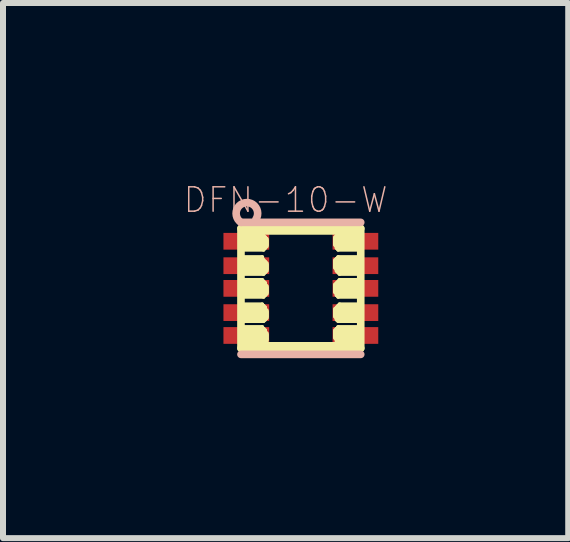
<source format=kicad_pcb>
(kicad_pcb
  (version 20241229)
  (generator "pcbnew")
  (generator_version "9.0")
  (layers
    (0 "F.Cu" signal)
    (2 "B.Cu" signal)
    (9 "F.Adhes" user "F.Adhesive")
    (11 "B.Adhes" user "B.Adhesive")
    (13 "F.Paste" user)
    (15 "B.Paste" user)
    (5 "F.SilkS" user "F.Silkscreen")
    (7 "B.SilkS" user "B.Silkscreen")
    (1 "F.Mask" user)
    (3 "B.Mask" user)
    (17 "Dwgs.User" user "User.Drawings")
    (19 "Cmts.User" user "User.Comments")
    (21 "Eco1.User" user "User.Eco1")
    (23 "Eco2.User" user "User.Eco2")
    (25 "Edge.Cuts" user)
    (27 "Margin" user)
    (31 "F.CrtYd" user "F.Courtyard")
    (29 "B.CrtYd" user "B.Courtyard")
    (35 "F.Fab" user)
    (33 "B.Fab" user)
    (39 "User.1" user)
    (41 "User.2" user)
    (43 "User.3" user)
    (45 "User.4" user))
  (footprint "DFN-10-W"
    (layer "F.Cu")
    (at 1.964 1.756)
    (property "Reference" "DFN-10-W" (at -0.254 -1.473 0) (layer "B.SilkS") (effects (font (size 0.406 0.406) (thickness 0.025))))
    (attr smd)
    (fp_line (start -1.003 -0.978) (end 1.003 -0.978) (stroke (width 0.066) (type solid)) (layer "F.SilkS"))
    (fp_line (start -1.003 -0.953) (end -1.003 -0.978) (stroke (width 0.066) (type solid)) (layer "F.SilkS"))
    (fp_line (start -1.003 -0.953) (end 1.003 -0.953) (stroke (width 0.066) (type solid)) (layer "F.SilkS"))
    (fp_line (start -1.003 -0.953) (end 1.003 -0.953) (stroke (width 0.066) (type solid)) (layer "F.SilkS"))
    (fp_line (start -1.003 -0.927) (end -1.003 -0.953) (stroke (width 0.066) (type solid)) (layer "F.SilkS"))
    (fp_line (start -1.003 -0.927) (end -0.645 -0.927) (stroke (width 0.066) (type solid)) (layer "F.SilkS"))
    (fp_line (start -1.003 -0.927) (end 1.003 -0.927) (stroke (width 0.066) (type solid)) (layer "F.SilkS"))
    (fp_line (start -1.003 -0.899) (end -1.003 -0.927) (stroke (width 0.066) (type solid)) (layer "F.SilkS"))
    (fp_line (start -1.003 -0.899) (end -0.645 -0.899) (stroke (width 0.066) (type solid)) (layer "F.SilkS"))
    (fp_line (start -1.003 -0.899) (end -0.645 -0.899) (stroke (width 0.066) (type solid)) (layer "F.SilkS"))
    (fp_line (start -1.003 -0.876) (end -1.003 -0.899) (stroke (width 0.066) (type solid)) (layer "F.SilkS"))
    (fp_line (start -1.003 -0.876) (end -0.645 -0.876) (stroke (width 0.066) (type solid)) (layer "F.SilkS"))
    (fp_line (start -1.003 -0.876) (end -0.622 -0.876) (stroke (width 0.066) (type solid)) (layer "F.SilkS"))
    (fp_line (start -1.003 -0.851) (end -1.003 -0.876) (stroke (width 0.066) (type solid)) (layer "F.SilkS"))
    (fp_line (start -1.003 -0.851) (end -0.622 -0.851) (stroke (width 0.066) (type solid)) (layer "F.SilkS"))
    (fp_line (start -1.003 -0.851) (end -0.597 -0.851) (stroke (width 0.066) (type solid)) (layer "F.SilkS"))
    (fp_line (start -1.003 -0.826) (end -1.003 -0.851) (stroke (width 0.066) (type solid)) (layer "F.SilkS"))
    (fp_line (start -1.003 -0.826) (end -0.597 -0.826) (stroke (width 0.066) (type solid)) (layer "F.SilkS"))
    (fp_line (start -1.003 -0.826) (end -0.572 -0.826) (stroke (width 0.066) (type solid)) (layer "F.SilkS"))
    (fp_line (start -1.003 -0.8) (end -1.003 -0.826) (stroke (width 0.066) (type solid)) (layer "F.SilkS"))
    (fp_line (start -1.003 -0.8) (end -0.572 -0.8) (stroke (width 0.066) (type solid)) (layer "F.SilkS"))
    (fp_line (start -1.003 -0.8) (end -0.572 -0.8) (stroke (width 0.066) (type solid)) (layer "F.SilkS"))
    (fp_line (start -1.003 -0.775) (end -1.003 -0.8) (stroke (width 0.066) (type solid)) (layer "F.SilkS"))
    (fp_line (start -1.003 -0.775) (end -0.572 -0.775) (stroke (width 0.066) (type solid)) (layer "F.SilkS"))
    (fp_line (start -1.003 -0.775) (end -0.572 -0.775) (stroke (width 0.066) (type solid)) (layer "F.SilkS"))
    (fp_line (start -1.003 -0.749) (end -1.003 -0.775) (stroke (width 0.066) (type solid)) (layer "F.SilkS"))
    (fp_line (start -1.003 -0.749) (end -0.572 -0.749) (stroke (width 0.066) (type solid)) (layer "F.SilkS"))
    (fp_line (start -1.003 -0.749) (end -0.572 -0.749) (stroke (width 0.066) (type solid)) (layer "F.SilkS"))
    (fp_line (start -1.003 -0.724) (end -1.003 -0.749) (stroke (width 0.066) (type solid)) (layer "F.SilkS"))
    (fp_line (start -1.003 -0.724) (end -0.572 -0.724) (stroke (width 0.066) (type solid)) (layer "F.SilkS"))
    (fp_line (start -1.003 -0.724) (end -0.572 -0.724) (stroke (width 0.066) (type solid)) (layer "F.SilkS"))
    (fp_line (start -1.003 -0.699) (end -1.003 -0.724) (stroke (width 0.066) (type solid)) (layer "F.SilkS"))
    (fp_line (start -1.003 -0.699) (end -0.597 -0.699) (stroke (width 0.066) (type solid)) (layer "F.SilkS"))
    (fp_line (start -1.003 -0.699) (end -0.572 -0.699) (stroke (width 0.066) (type solid)) (layer "F.SilkS"))
    (fp_line (start -1.003 -0.673) (end -1.003 -0.699) (stroke (width 0.066) (type solid)) (layer "F.SilkS"))
    (fp_line (start -1.003 -0.673) (end -0.622 -0.673) (stroke (width 0.066) (type solid)) (layer "F.SilkS"))
    (fp_line (start -1.003 -0.673) (end -0.597 -0.673) (stroke (width 0.066) (type solid)) (layer "F.SilkS"))
    (fp_line (start -1.003 -0.645) (end -1.003 -0.673) (stroke (width 0.066) (type solid)) (layer "F.SilkS"))
    (fp_line (start -1.003 -0.645) (end -0.622 -0.645) (stroke (width 0.066) (type solid)) (layer "F.SilkS"))
    (fp_line (start -1.003 -0.521) (end -0.645 -0.521) (stroke (width 0.066) (type solid)) (layer "F.SilkS"))
    (fp_line (start -1.003 -0.495) (end -1.003 -0.521) (stroke (width 0.066) (type solid)) (layer "F.SilkS"))
    (fp_line (start -1.003 -0.495) (end -0.645 -0.495) (stroke (width 0.066) (type solid)) (layer "F.SilkS"))
    (fp_line (start -1.003 -0.495) (end -0.645 -0.495) (stroke (width 0.066) (type solid)) (layer "F.SilkS"))
    (fp_line (start -1.003 -0.47) (end -1.003 -0.495) (stroke (width 0.066) (type solid)) (layer "F.SilkS"))
    (fp_line (start -1.003 -0.47) (end -0.645 -0.47) (stroke (width 0.066) (type solid)) (layer "F.SilkS"))
    (fp_line (start -1.003 -0.47) (end -0.622 -0.47) (stroke (width 0.066) (type solid)) (layer "F.SilkS"))
    (fp_line (start -1.003 -0.445) (end -1.003 -0.47) (stroke (width 0.066) (type solid)) (layer "F.SilkS"))
    (fp_line (start -1.003 -0.445) (end -0.622 -0.445) (stroke (width 0.066) (type solid)) (layer "F.SilkS"))
    (fp_line (start -1.003 -0.445) (end -0.597 -0.445) (stroke (width 0.066) (type solid)) (layer "F.SilkS"))
    (fp_line (start -1.003 -0.419) (end -1.003 -0.445) (stroke (width 0.066) (type solid)) (layer "F.SilkS"))
    (fp_line (start -1.003 -0.419) (end -0.597 -0.419) (stroke (width 0.066) (type solid)) (layer "F.SilkS"))
    (fp_line (start -1.003 -0.419) (end -0.572 -0.419) (stroke (width 0.066) (type solid)) (layer "F.SilkS"))
    (fp_line (start -1.003 -0.394) (end -1.003 -0.419) (stroke (width 0.066) (type solid)) (layer "F.SilkS"))
    (fp_line (start -1.003 -0.394) (end -0.572 -0.394) (stroke (width 0.066) (type solid)) (layer "F.SilkS"))
    (fp_line (start -1.003 -0.394) (end -0.572 -0.394) (stroke (width 0.066) (type solid)) (layer "F.SilkS"))
    (fp_line (start -1.003 -0.368) (end -1.003 -0.394) (stroke (width 0.066) (type solid)) (layer "F.SilkS"))
    (fp_line (start -1.003 -0.368) (end -0.572 -0.368) (stroke (width 0.066) (type solid)) (layer "F.SilkS"))
    (fp_line (start -1.003 -0.368) (end -0.572 -0.368) (stroke (width 0.066) (type solid)) (layer "F.SilkS"))
    (fp_line (start -1.003 -0.343) (end -1.003 -0.368) (stroke (width 0.066) (type solid)) (layer "F.SilkS"))
    (fp_line (start -1.003 -0.343) (end -0.572 -0.343) (stroke (width 0.066) (type solid)) (layer "F.SilkS"))
    (fp_line (start -1.003 -0.343) (end -0.572 -0.343) (stroke (width 0.066) (type solid)) (layer "F.SilkS"))
    (fp_line (start -1.003 -0.318) (end -1.003 -0.343) (stroke (width 0.066) (type solid)) (layer "F.SilkS"))
    (fp_line (start -1.003 -0.318) (end -0.572 -0.318) (stroke (width 0.066) (type solid)) (layer "F.SilkS"))
    (fp_line (start -1.003 -0.318) (end -0.572 -0.318) (stroke (width 0.066) (type solid)) (layer "F.SilkS"))
    (fp_line (start -1.003 -0.292) (end -1.003 -0.318) (stroke (width 0.066) (type solid)) (layer "F.SilkS"))
    (fp_line (start -1.003 -0.292) (end -0.597 -0.292) (stroke (width 0.066) (type solid)) (layer "F.SilkS"))
    (fp_line (start -1.003 -0.292) (end -0.572 -0.292) (stroke (width 0.066) (type solid)) (layer "F.SilkS"))
    (fp_line (start -1.003 -0.267) (end -1.003 -0.292) (stroke (width 0.066) (type solid)) (layer "F.SilkS"))
    (fp_line (start -1.003 -0.267) (end -0.622 -0.267) (stroke (width 0.066) (type solid)) (layer "F.SilkS"))
    (fp_line (start -1.003 -0.267) (end -0.597 -0.267) (stroke (width 0.066) (type solid)) (layer "F.SilkS"))
    (fp_line (start -1.003 -0.241) (end -1.003 -0.267) (stroke (width 0.066) (type solid)) (layer "F.SilkS"))
    (fp_line (start -1.003 -0.241) (end -0.622 -0.241) (stroke (width 0.066) (type solid)) (layer "F.SilkS"))
    (fp_line (start -1.003 -0.14) (end -0.645 -0.14) (stroke (width 0.066) (type solid)) (layer "F.SilkS"))
    (fp_line (start -1.003 -0.114) (end -1.003 -0.14) (stroke (width 0.066) (type solid)) (layer "F.SilkS"))
    (fp_line (start -1.003 -0.114) (end -0.645 -0.114) (stroke (width 0.066) (type solid)) (layer "F.SilkS"))
    (fp_line (start -1.003 -0.114) (end -0.622 -0.114) (stroke (width 0.066) (type solid)) (layer "F.SilkS"))
    (fp_line (start -1.003 -0.089) (end -1.003 -0.114) (stroke (width 0.066) (type solid)) (layer "F.SilkS"))
    (fp_line (start -1.003 -0.089) (end -0.622 -0.089) (stroke (width 0.066) (type solid)) (layer "F.SilkS"))
    (fp_line (start -1.003 -0.089) (end -0.597 -0.089) (stroke (width 0.066) (type solid)) (layer "F.SilkS"))
    (fp_line (start -1.003 -0.064) (end -1.003 -0.089) (stroke (width 0.066) (type solid)) (layer "F.SilkS"))
    (fp_line (start -1.003 -0.064) (end -0.597 -0.064) (stroke (width 0.066) (type solid)) (layer "F.SilkS"))
    (fp_line (start -1.003 -0.064) (end -0.597 -0.064) (stroke (width 0.066) (type solid)) (layer "F.SilkS"))
    (fp_line (start -1.003 -0.038) (end -1.003 -0.064) (stroke (width 0.066) (type solid)) (layer "F.SilkS"))
    (fp_line (start -1.003 -0.038) (end -0.597 -0.038) (stroke (width 0.066) (type solid)) (layer "F.SilkS"))
    (fp_line (start -1.003 -0.038) (end -0.572 -0.038) (stroke (width 0.066) (type solid)) (layer "F.SilkS"))
    (fp_line (start -1.003 -0.013) (end -1.003 -0.038) (stroke (width 0.066) (type solid)) (layer "F.SilkS"))
    (fp_line (start -1.003 -0.013) (end -0.572 -0.013) (stroke (width 0.066) (type solid)) (layer "F.SilkS"))
    (fp_line (start -1.003 -0.013) (end -0.572 -0.013) (stroke (width 0.066) (type solid)) (layer "F.SilkS"))
    (fp_line (start -1.003 0.013) (end -1.003 -0.013) (stroke (width 0.066) (type solid)) (layer "F.SilkS"))
    (fp_line (start -1.003 0.013) (end -0.572 0.013) (stroke (width 0.066) (type solid)) (layer "F.SilkS"))
    (fp_line (start -1.003 0.013) (end -0.572 0.013) (stroke (width 0.066) (type solid)) (layer "F.SilkS"))
    (fp_line (start -1.003 0.038) (end -1.003 0.013) (stroke (width 0.066) (type solid)) (layer "F.SilkS"))
    (fp_line (start -1.003 0.038) (end -0.572 0.038) (stroke (width 0.066) (type solid)) (layer "F.SilkS"))
    (fp_line (start -1.003 0.038) (end -0.572 0.038) (stroke (width 0.066) (type solid)) (layer "F.SilkS"))
    (fp_line (start -1.003 0.064) (end -1.003 0.038) (stroke (width 0.066) (type solid)) (layer "F.SilkS"))
    (fp_line (start -1.003 0.064) (end -0.572 0.064) (stroke (width 0.066) (type solid)) (layer "F.SilkS"))
    (fp_line (start -1.003 0.064) (end -0.572 0.064) (stroke (width 0.066) (type solid)) (layer "F.SilkS"))
    (fp_line (start -1.003 0.089) (end -1.003 0.064) (stroke (width 0.066) (type solid)) (layer "F.SilkS"))
    (fp_line (start -1.003 0.089) (end -0.597 0.089) (stroke (width 0.066) (type solid)) (layer "F.SilkS"))
    (fp_line (start -1.003 0.089) (end -0.572 0.089) (stroke (width 0.066) (type solid)) (layer "F.SilkS"))
    (fp_line (start -1.003 0.114) (end -1.003 0.089) (stroke (width 0.066) (type solid)) (layer "F.SilkS"))
    (fp_line (start -1.003 0.114) (end -0.622 0.114) (stroke (width 0.066) (type solid)) (layer "F.SilkS"))
    (fp_line (start -1.003 0.114) (end -0.597 0.114) (stroke (width 0.066) (type solid)) (layer "F.SilkS"))
    (fp_line (start -1.003 0.14) (end -1.003 0.114) (stroke (width 0.066) (type solid)) (layer "F.SilkS"))
    (fp_line (start -1.003 0.14) (end -0.622 0.14) (stroke (width 0.066) (type solid)) (layer "F.SilkS"))
    (fp_line (start -1.003 0.267) (end -0.645 0.267) (stroke (width 0.066) (type solid)) (layer "F.SilkS"))
    (fp_line (start -1.003 0.292) (end -1.003 0.267) (stroke (width 0.066) (type solid)) (layer "F.SilkS"))
    (fp_line (start -1.003 0.292) (end -0.645 0.292) (stroke (width 0.066) (type solid)) (layer "F.SilkS"))
    (fp_line (start -1.003 0.292) (end -0.622 0.292) (stroke (width 0.066) (type solid)) (layer "F.SilkS"))
    (fp_line (start -1.003 0.318) (end -1.003 0.292) (stroke (width 0.066) (type solid)) (layer "F.SilkS"))
    (fp_line (start -1.003 0.318) (end -0.622 0.318) (stroke (width 0.066) (type solid)) (layer "F.SilkS"))
    (fp_line (start -1.003 0.318) (end -0.597 0.318) (stroke (width 0.066) (type solid)) (layer "F.SilkS"))
    (fp_line (start -1.003 0.343) (end -1.003 0.318) (stroke (width 0.066) (type solid)) (layer "F.SilkS"))
    (fp_line (start -1.003 0.343) (end -0.597 0.343) (stroke (width 0.066) (type solid)) (layer "F.SilkS"))
    (fp_line (start -1.003 0.343) (end -0.597 0.343) (stroke (width 0.066) (type solid)) (layer "F.SilkS"))
    (fp_line (start -1.003 0.368) (end -1.003 0.343) (stroke (width 0.066) (type solid)) (layer "F.SilkS"))
    (fp_line (start -1.003 0.368) (end -0.597 0.368) (stroke (width 0.066) (type solid)) (layer "F.SilkS"))
    (fp_line (start -1.003 0.368) (end -0.572 0.368) (stroke (width 0.066) (type solid)) (layer "F.SilkS"))
    (fp_line (start -1.003 0.394) (end -1.003 0.368) (stroke (width 0.066) (type solid)) (layer "F.SilkS"))
    (fp_line (start -1.003 0.394) (end -0.572 0.394) (stroke (width 0.066) (type solid)) (layer "F.SilkS"))
    (fp_line (start -1.003 0.394) (end -0.572 0.394) (stroke (width 0.066) (type solid)) (layer "F.SilkS"))
    (fp_line (start -1.003 0.419) (end -1.003 0.394) (stroke (width 0.066) (type solid)) (layer "F.SilkS"))
    (fp_line (start -1.003 0.419) (end -0.572 0.419) (stroke (width 0.066) (type solid)) (layer "F.SilkS"))
    (fp_line (start -1.003 0.419) (end -0.572 0.419) (stroke (width 0.066) (type solid)) (layer "F.SilkS"))
    (fp_line (start -1.003 0.445) (end -1.003 0.419) (stroke (width 0.066) (type solid)) (layer "F.SilkS"))
    (fp_line (start -1.003 0.445) (end -0.572 0.445) (stroke (width 0.066) (type solid)) (layer "F.SilkS"))
    (fp_line (start -1.003 0.445) (end -0.572 0.445) (stroke (width 0.066) (type solid)) (layer "F.SilkS"))
    (fp_line (start -1.003 0.47) (end -1.003 0.445) (stroke (width 0.066) (type solid)) (layer "F.SilkS"))
    (fp_line (start -1.003 0.47) (end -0.572 0.47) (stroke (width 0.066) (type solid)) (layer "F.SilkS"))
    (fp_line (start -1.003 0.47) (end -0.572 0.47) (stroke (width 0.066) (type solid)) (layer "F.SilkS"))
    (fp_line (start -1.003 0.495) (end -1.003 0.47) (stroke (width 0.066) (type solid)) (layer "F.SilkS"))
    (fp_line (start -1.003 0.495) (end -0.597 0.495) (stroke (width 0.066) (type solid)) (layer "F.SilkS"))
    (fp_line (start -1.003 0.495) (end -0.572 0.495) (stroke (width 0.066) (type solid)) (layer "F.SilkS"))
    (fp_line (start -1.003 0.521) (end -1.003 0.495) (stroke (width 0.066) (type solid)) (layer "F.SilkS"))
    (fp_line (start -1.003 0.521) (end -0.622 0.521) (stroke (width 0.066) (type solid)) (layer "F.SilkS"))
    (fp_line (start -1.003 0.521) (end -0.597 0.521) (stroke (width 0.066) (type solid)) (layer "F.SilkS"))
    (fp_line (start -1.003 0.544) (end -1.003 0.521) (stroke (width 0.066) (type solid)) (layer "F.SilkS"))
    (fp_line (start -1.003 0.544) (end -0.622 0.544) (stroke (width 0.066) (type solid)) (layer "F.SilkS"))
    (fp_line (start -1.003 0.645) (end -0.645 0.645) (stroke (width 0.066) (type solid)) (layer "F.SilkS"))
    (fp_line (start -1.003 0.673) (end -1.003 0.645) (stroke (width 0.066) (type solid)) (layer "F.SilkS"))
    (fp_line (start -1.003 0.673) (end -0.645 0.673) (stroke (width 0.066) (type solid)) (layer "F.SilkS"))
    (fp_line (start -1.003 0.673) (end -0.622 0.673) (stroke (width 0.066) (type solid)) (layer "F.SilkS"))
    (fp_line (start -1.003 0.699) (end -1.003 0.673) (stroke (width 0.066) (type solid)) (layer "F.SilkS"))
    (fp_line (start -1.003 0.699) (end -0.622 0.699) (stroke (width 0.066) (type solid)) (layer "F.SilkS"))
    (fp_line (start -1.003 0.699) (end -0.597 0.699) (stroke (width 0.066) (type solid)) (layer "F.SilkS"))
    (fp_line (start -1.003 0.724) (end -1.003 0.699) (stroke (width 0.066) (type solid)) (layer "F.SilkS"))
    (fp_line (start -1.003 0.724) (end -0.597 0.724) (stroke (width 0.066) (type solid)) (layer "F.SilkS"))
    (fp_line (start -1.003 0.724) (end -0.597 0.724) (stroke (width 0.066) (type solid)) (layer "F.SilkS"))
    (fp_line (start -1.003 0.749) (end -1.003 0.724) (stroke (width 0.066) (type solid)) (layer "F.SilkS"))
    (fp_line (start -1.003 0.749) (end -0.597 0.749) (stroke (width 0.066) (type solid)) (layer "F.SilkS"))
    (fp_line (start -1.003 0.749) (end -0.572 0.749) (stroke (width 0.066) (type solid)) (layer "F.SilkS"))
    (fp_line (start -1.003 0.775) (end -1.003 0.749) (stroke (width 0.066) (type solid)) (layer "F.SilkS"))
    (fp_line (start -1.003 0.775) (end -0.572 0.775) (stroke (width 0.066) (type solid)) (layer "F.SilkS"))
    (fp_line (start -1.003 0.775) (end -0.572 0.775) (stroke (width 0.066) (type solid)) (layer "F.SilkS"))
    (fp_line (start -1.003 0.8) (end -1.003 0.775) (stroke (width 0.066) (type solid)) (layer "F.SilkS"))
    (fp_line (start -1.003 0.8) (end -0.572 0.8) (stroke (width 0.066) (type solid)) (layer "F.SilkS"))
    (fp_line (start -1.003 0.8) (end -0.572 0.8) (stroke (width 0.066) (type solid)) (layer "F.SilkS"))
    (fp_line (start -1.003 0.826) (end -1.003 0.8) (stroke (width 0.066) (type solid)) (layer "F.SilkS"))
    (fp_line (start -1.003 0.826) (end -0.572 0.826) (stroke (width 0.066) (type solid)) (layer "F.SilkS"))
    (fp_line (start -1.003 0.826) (end -0.572 0.826) (stroke (width 0.066) (type solid)) (layer "F.SilkS"))
    (fp_line (start -1.003 0.851) (end -1.003 0.826) (stroke (width 0.066) (type solid)) (layer "F.SilkS"))
    (fp_line (start -1.003 0.851) (end -0.572 0.851) (stroke (width 0.066) (type solid)) (layer "F.SilkS"))
    (fp_line (start -1.003 0.851) (end -0.572 0.851) (stroke (width 0.066) (type solid)) (layer "F.SilkS"))
    (fp_line (start -1.003 0.876) (end -1.003 0.851) (stroke (width 0.066) (type solid)) (layer "F.SilkS"))
    (fp_line (start -1.003 0.876) (end -0.597 0.876) (stroke (width 0.066) (type solid)) (layer "F.SilkS"))
    (fp_line (start -1.003 0.876) (end -0.572 0.876) (stroke (width 0.066) (type solid)) (layer "F.SilkS"))
    (fp_line (start -1.003 0.899) (end -1.003 0.876) (stroke (width 0.066) (type solid)) (layer "F.SilkS"))
    (fp_line (start -1.003 0.899) (end -0.622 0.899) (stroke (width 0.066) (type solid)) (layer "F.SilkS"))
    (fp_line (start -1.003 0.899) (end -0.597 0.899) (stroke (width 0.066) (type solid)) (layer "F.SilkS"))
    (fp_line (start -1.003 0.927) (end -1.003 0.899) (stroke (width 0.066) (type solid)) (layer "F.SilkS"))
    (fp_line (start -1.003 0.927) (end -0.622 0.927) (stroke (width 0.066) (type solid)) (layer "F.SilkS"))
    (fp_line (start -1.003 0.927) (end 1.003 0.927) (stroke (width 0.066) (type solid)) (layer "F.SilkS"))
    (fp_line (start -1.003 0.953) (end -1.003 0.927) (stroke (width 0.066) (type solid)) (layer "F.SilkS"))
    (fp_line (start -1.003 0.953) (end 1.003 0.953) (stroke (width 0.066) (type solid)) (layer "F.SilkS"))
    (fp_line (start -1.003 0.953) (end 1.003 0.953) (stroke (width 0.066) (type solid)) (layer "F.SilkS"))
    (fp_line (start -1.003 0.978) (end -1.003 0.953) (stroke (width 0.066) (type solid)) (layer "F.SilkS"))
    (fp_line (start -1.003 0.978) (end 1.003 0.978) (stroke (width 0.066) (type solid)) (layer "F.SilkS"))
    (fp_line (start -0.998 -0.998) (end -0.998 0.998) (stroke (width 0.127) (type solid)) (layer "F.SilkS"))
    (fp_line (start -0.998 0.998) (end 0.998 0.998) (stroke (width 0.127) (type solid)) (layer "F.SilkS"))
    (fp_line (start -0.645 -0.899) (end -0.645 -0.927) (stroke (width 0.066) (type solid)) (layer "F.SilkS"))
    (fp_line (start -0.645 -0.876) (end -0.645 -0.899) (stroke (width 0.066) (type solid)) (layer "F.SilkS"))
    (fp_line (start -0.645 -0.495) (end -0.645 -0.521) (stroke (width 0.066) (type solid)) (layer "F.SilkS"))
    (fp_line (start -0.645 -0.47) (end -0.645 -0.495) (stroke (width 0.066) (type solid)) (layer "F.SilkS"))
    (fp_line (start -0.645 -0.114) (end -0.645 -0.14) (stroke (width 0.066) (type solid)) (layer "F.SilkS"))
    (fp_line (start -0.645 0.292) (end -0.645 0.267) (stroke (width 0.066) (type solid)) (layer "F.SilkS"))
    (fp_line (start -0.645 0.673) (end -0.645 0.645) (stroke (width 0.066) (type solid)) (layer "F.SilkS"))
    (fp_line (start -0.622 -0.851) (end -0.622 -0.876) (stroke (width 0.066) (type solid)) (layer "F.SilkS"))
    (fp_line (start -0.622 -0.645) (end -0.622 -0.673) (stroke (width 0.066) (type solid)) (layer "F.SilkS"))
    (fp_line (start -0.622 -0.445) (end -0.622 -0.47) (stroke (width 0.066) (type solid)) (layer "F.SilkS"))
    (fp_line (start -0.622 -0.241) (end -0.622 -0.267) (stroke (width 0.066) (type solid)) (layer "F.SilkS"))
    (fp_line (start -0.622 -0.089) (end -0.622 -0.114) (stroke (width 0.066) (type solid)) (layer "F.SilkS"))
    (fp_line (start -0.622 0.14) (end -0.622 0.114) (stroke (width 0.066) (type solid)) (layer "F.SilkS"))
    (fp_line (start -0.622 0.318) (end -0.622 0.292) (stroke (width 0.066) (type solid)) (layer "F.SilkS"))
    (fp_line (start -0.622 0.544) (end -0.622 0.521) (stroke (width 0.066) (type solid)) (layer "F.SilkS"))
    (fp_line (start -0.622 0.699) (end -0.622 0.673) (stroke (width 0.066) (type solid)) (layer "F.SilkS"))
    (fp_line (start -0.622 0.927) (end -0.622 0.899) (stroke (width 0.066) (type solid)) (layer "F.SilkS"))
    (fp_line (start -0.597 -0.826) (end -0.597 -0.851) (stroke (width 0.066) (type solid)) (layer "F.SilkS"))
    (fp_line (start -0.597 -0.673) (end -0.597 -0.699) (stroke (width 0.066) (type solid)) (layer "F.SilkS"))
    (fp_line (start -0.597 -0.419) (end -0.597 -0.445) (stroke (width 0.066) (type solid)) (layer "F.SilkS"))
    (fp_line (start -0.597 -0.267) (end -0.597 -0.292) (stroke (width 0.066) (type solid)) (layer "F.SilkS"))
    (fp_line (start -0.597 -0.064) (end -0.597 -0.089) (stroke (width 0.066) (type solid)) (layer "F.SilkS"))
    (fp_line (start -0.597 -0.038) (end -0.597 -0.064) (stroke (width 0.066) (type solid)) (layer "F.SilkS"))
    (fp_line (start -0.597 0.114) (end -0.597 0.089) (stroke (width 0.066) (type solid)) (layer "F.SilkS"))
    (fp_line (start -0.597 0.343) (end -0.597 0.318) (stroke (width 0.066) (type solid)) (layer "F.SilkS"))
    (fp_line (start -0.597 0.368) (end -0.597 0.343) (stroke (width 0.066) (type solid)) (layer "F.SilkS"))
    (fp_line (start -0.597 0.521) (end -0.597 0.495) (stroke (width 0.066) (type solid)) (layer "F.SilkS"))
    (fp_line (start -0.597 0.724) (end -0.597 0.699) (stroke (width 0.066) (type solid)) (layer "F.SilkS"))
    (fp_line (start -0.597 0.749) (end -0.597 0.724) (stroke (width 0.066) (type solid)) (layer "F.SilkS"))
    (fp_line (start -0.597 0.899) (end -0.597 0.876) (stroke (width 0.066) (type solid)) (layer "F.SilkS"))
    (fp_line (start -0.572 -0.8) (end -0.572 -0.826) (stroke (width 0.066) (type solid)) (layer "F.SilkS"))
    (fp_line (start -0.572 -0.775) (end -0.572 -0.8) (stroke (width 0.066) (type solid)) (layer "F.SilkS"))
    (fp_line (start -0.572 -0.749) (end -0.572 -0.775) (stroke (width 0.066) (type solid)) (layer "F.SilkS"))
    (fp_line (start -0.572 -0.724) (end -0.572 -0.749) (stroke (width 0.066) (type solid)) (layer "F.SilkS"))
    (fp_line (start -0.572 -0.699) (end -0.572 -0.724) (stroke (width 0.066) (type solid)) (layer "F.SilkS"))
    (fp_line (start -0.572 -0.394) (end -0.572 -0.419) (stroke (width 0.066) (type solid)) (layer "F.SilkS"))
    (fp_line (start -0.572 -0.368) (end -0.572 -0.394) (stroke (width 0.066) (type solid)) (layer "F.SilkS"))
    (fp_line (start -0.572 -0.343) (end -0.572 -0.368) (stroke (width 0.066) (type solid)) (layer "F.SilkS"))
    (fp_line (start -0.572 -0.318) (end -0.572 -0.343) (stroke (width 0.066) (type solid)) (layer "F.SilkS"))
    (fp_line (start -0.572 -0.292) (end -0.572 -0.318) (stroke (width 0.066) (type solid)) (layer "F.SilkS"))
    (fp_line (start -0.572 -0.013) (end -0.572 -0.038) (stroke (width 0.066) (type solid)) (layer "F.SilkS"))
    (fp_line (start -0.572 0.013) (end -0.572 -0.013) (stroke (width 0.066) (type solid)) (layer "F.SilkS"))
    (fp_line (start -0.572 0.038) (end -0.572 0.013) (stroke (width 0.066) (type solid)) (layer "F.SilkS"))
    (fp_line (start -0.572 0.064) (end -0.572 0.038) (stroke (width 0.066) (type solid)) (layer "F.SilkS"))
    (fp_line (start -0.572 0.089) (end -0.572 0.064) (stroke (width 0.066) (type solid)) (layer "F.SilkS"))
    (fp_line (start -0.572 0.394) (end -0.572 0.368) (stroke (width 0.066) (type solid)) (layer "F.SilkS"))
    (fp_line (start -0.572 0.419) (end -0.572 0.394) (stroke (width 0.066) (type solid)) (layer "F.SilkS"))
    (fp_line (start -0.572 0.445) (end -0.572 0.419) (stroke (width 0.066) (type solid)) (layer "F.SilkS"))
    (fp_line (start -0.572 0.47) (end -0.572 0.445) (stroke (width 0.066) (type solid)) (layer "F.SilkS"))
    (fp_line (start -0.572 0.495) (end -0.572 0.47) (stroke (width 0.066) (type solid)) (layer "F.SilkS"))
    (fp_line (start -0.572 0.775) (end -0.572 0.749) (stroke (width 0.066) (type solid)) (layer "F.SilkS"))
    (fp_line (start -0.572 0.8) (end -0.572 0.775) (stroke (width 0.066) (type solid)) (layer "F.SilkS"))
    (fp_line (start -0.572 0.826) (end -0.572 0.8) (stroke (width 0.066) (type solid)) (layer "F.SilkS"))
    (fp_line (start -0.572 0.851) (end -0.572 0.826) (stroke (width 0.066) (type solid)) (layer "F.SilkS"))
    (fp_line (start -0.572 0.876) (end -0.572 0.851) (stroke (width 0.066) (type solid)) (layer "F.SilkS"))
    (fp_line (start 0.572 -0.851) (end 1.003 -0.851) (stroke (width 0.066) (type solid)) (layer "F.SilkS"))
    (fp_line (start 0.572 -0.826) (end 0.572 -0.851) (stroke (width 0.066) (type solid)) (layer "F.SilkS"))
    (fp_line (start 0.572 -0.826) (end 1.003 -0.826) (stroke (width 0.066) (type solid)) (layer "F.SilkS"))
    (fp_line (start 0.572 -0.826) (end 1.003 -0.826) (stroke (width 0.066) (type solid)) (layer "F.SilkS"))
    (fp_line (start 0.572 -0.8) (end 0.572 -0.826) (stroke (width 0.066) (type solid)) (layer "F.SilkS"))
    (fp_line (start 0.572 -0.8) (end 1.003 -0.8) (stroke (width 0.066) (type solid)) (layer "F.SilkS"))
    (fp_line (start 0.572 -0.8) (end 1.003 -0.8) (stroke (width 0.066) (type solid)) (layer "F.SilkS"))
    (fp_line (start 0.572 -0.775) (end 0.572 -0.8) (stroke (width 0.066) (type solid)) (layer "F.SilkS"))
    (fp_line (start 0.572 -0.775) (end 1.003 -0.775) (stroke (width 0.066) (type solid)) (layer "F.SilkS"))
    (fp_line (start 0.572 -0.775) (end 1.003 -0.775) (stroke (width 0.066) (type solid)) (layer "F.SilkS"))
    (fp_line (start 0.572 -0.749) (end 0.572 -0.775) (stroke (width 0.066) (type solid)) (layer "F.SilkS"))
    (fp_line (start 0.572 -0.749) (end 1.003 -0.749) (stroke (width 0.066) (type solid)) (layer "F.SilkS"))
    (fp_line (start 0.572 -0.749) (end 1.003 -0.749) (stroke (width 0.066) (type solid)) (layer "F.SilkS"))
    (fp_line (start 0.572 -0.724) (end 0.572 -0.749) (stroke (width 0.066) (type solid)) (layer "F.SilkS"))
    (fp_line (start 0.572 -0.724) (end 1.003 -0.724) (stroke (width 0.066) (type solid)) (layer "F.SilkS"))
    (fp_line (start 0.572 -0.47) (end 1.003 -0.47) (stroke (width 0.066) (type solid)) (layer "F.SilkS"))
    (fp_line (start 0.572 -0.445) (end 0.572 -0.47) (stroke (width 0.066) (type solid)) (layer "F.SilkS"))
    (fp_line (start 0.572 -0.445) (end 1.003 -0.445) (stroke (width 0.066) (type solid)) (layer "F.SilkS"))
    (fp_line (start 0.572 -0.445) (end 1.003 -0.445) (stroke (width 0.066) (type solid)) (layer "F.SilkS"))
    (fp_line (start 0.572 -0.419) (end 0.572 -0.445) (stroke (width 0.066) (type solid)) (layer "F.SilkS"))
    (fp_line (start 0.572 -0.419) (end 1.003 -0.419) (stroke (width 0.066) (type solid)) (layer "F.SilkS"))
    (fp_line (start 0.572 -0.419) (end 1.003 -0.419) (stroke (width 0.066) (type solid)) (layer "F.SilkS"))
    (fp_line (start 0.572 -0.394) (end 0.572 -0.419) (stroke (width 0.066) (type solid)) (layer "F.SilkS"))
    (fp_line (start 0.572 -0.394) (end 1.003 -0.394) (stroke (width 0.066) (type solid)) (layer "F.SilkS"))
    (fp_line (start 0.572 -0.394) (end 1.003 -0.394) (stroke (width 0.066) (type solid)) (layer "F.SilkS"))
    (fp_line (start 0.572 -0.368) (end 0.572 -0.394) (stroke (width 0.066) (type solid)) (layer "F.SilkS"))
    (fp_line (start 0.572 -0.368) (end 1.003 -0.368) (stroke (width 0.066) (type solid)) (layer "F.SilkS"))
    (fp_line (start 0.572 -0.368) (end 1.003 -0.368) (stroke (width 0.066) (type solid)) (layer "F.SilkS"))
    (fp_line (start 0.572 -0.343) (end 0.572 -0.368) (stroke (width 0.066) (type solid)) (layer "F.SilkS"))
    (fp_line (start 0.572 -0.343) (end 1.003 -0.343) (stroke (width 0.066) (type solid)) (layer "F.SilkS"))
    (fp_line (start 0.572 -0.064) (end 1.003 -0.064) (stroke (width 0.066) (type solid)) (layer "F.SilkS"))
    (fp_line (start 0.572 -0.038) (end 0.572 -0.064) (stroke (width 0.066) (type solid)) (layer "F.SilkS"))
    (fp_line (start 0.572 -0.038) (end 1.003 -0.038) (stroke (width 0.066) (type solid)) (layer "F.SilkS"))
    (fp_line (start 0.572 -0.038) (end 1.003 -0.038) (stroke (width 0.066) (type solid)) (layer "F.SilkS"))
    (fp_line (start 0.572 -0.013) (end 0.572 -0.038) (stroke (width 0.066) (type solid)) (layer "F.SilkS"))
    (fp_line (start 0.572 -0.013) (end 1.003 -0.013) (stroke (width 0.066) (type solid)) (layer "F.SilkS"))
    (fp_line (start 0.572 -0.013) (end 1.003 -0.013) (stroke (width 0.066) (type solid)) (layer "F.SilkS"))
    (fp_line (start 0.572 0.013) (end 0.572 -0.013) (stroke (width 0.066) (type solid)) (layer "F.SilkS"))
    (fp_line (start 0.572 0.013) (end 1.003 0.013) (stroke (width 0.066) (type solid)) (layer "F.SilkS"))
    (fp_line (start 0.572 0.013) (end 1.003 0.013) (stroke (width 0.066) (type solid)) (layer "F.SilkS"))
    (fp_line (start 0.572 0.038) (end 0.572 0.013) (stroke (width 0.066) (type solid)) (layer "F.SilkS"))
    (fp_line (start 0.572 0.038) (end 1.003 0.038) (stroke (width 0.066) (type solid)) (layer "F.SilkS"))
    (fp_line (start 0.572 0.038) (end 1.003 0.038) (stroke (width 0.066) (type solid)) (layer "F.SilkS"))
    (fp_line (start 0.572 0.064) (end 0.572 0.038) (stroke (width 0.066) (type solid)) (layer "F.SilkS"))
    (fp_line (start 0.572 0.064) (end 1.003 0.064) (stroke (width 0.066) (type solid)) (layer "F.SilkS"))
    (fp_line (start 0.572 0.343) (end 1.003 0.343) (stroke (width 0.066) (type solid)) (layer "F.SilkS"))
    (fp_line (start 0.572 0.368) (end 0.572 0.343) (stroke (width 0.066) (type solid)) (layer "F.SilkS"))
    (fp_line (start 0.572 0.368) (end 1.003 0.368) (stroke (width 0.066) (type solid)) (layer "F.SilkS"))
    (fp_line (start 0.572 0.368) (end 1.003 0.368) (stroke (width 0.066) (type solid)) (layer "F.SilkS"))
    (fp_line (start 0.572 0.394) (end 0.572 0.368) (stroke (width 0.066) (type solid)) (layer "F.SilkS"))
    (fp_line (start 0.572 0.394) (end 1.003 0.394) (stroke (width 0.066) (type solid)) (layer "F.SilkS"))
    (fp_line (start 0.572 0.394) (end 1.003 0.394) (stroke (width 0.066) (type solid)) (layer "F.SilkS"))
    (fp_line (start 0.572 0.419) (end 0.572 0.394) (stroke (width 0.066) (type solid)) (layer "F.SilkS"))
    (fp_line (start 0.572 0.419) (end 1.003 0.419) (stroke (width 0.066) (type solid)) (layer "F.SilkS"))
    (fp_line (start 0.572 0.419) (end 1.003 0.419) (stroke (width 0.066) (type solid)) (layer "F.SilkS"))
    (fp_line (start 0.572 0.445) (end 0.572 0.419) (stroke (width 0.066) (type solid)) (layer "F.SilkS"))
    (fp_line (start 0.572 0.445) (end 1.003 0.445) (stroke (width 0.066) (type solid)) (layer "F.SilkS"))
    (fp_line (start 0.572 0.445) (end 1.003 0.445) (stroke (width 0.066) (type solid)) (layer "F.SilkS"))
    (fp_line (start 0.572 0.47) (end 0.572 0.445) (stroke (width 0.066) (type solid)) (layer "F.SilkS"))
    (fp_line (start 0.572 0.47) (end 1.003 0.47) (stroke (width 0.066) (type solid)) (layer "F.SilkS"))
    (fp_line (start 0.572 0.699) (end 1.003 0.699) (stroke (width 0.066) (type solid)) (layer "F.SilkS"))
    (fp_line (start 0.572 0.724) (end 0.572 0.699) (stroke (width 0.066) (type solid)) (layer "F.SilkS"))
    (fp_line (start 0.572 0.724) (end 1.003 0.724) (stroke (width 0.066) (type solid)) (layer "F.SilkS"))
    (fp_line (start 0.572 0.724) (end 1.003 0.724) (stroke (width 0.066) (type solid)) (layer "F.SilkS"))
    (fp_line (start 0.572 0.749) (end 0.572 0.724) (stroke (width 0.066) (type solid)) (layer "F.SilkS"))
    (fp_line (start 0.572 0.749) (end 1.003 0.749) (stroke (width 0.066) (type solid)) (layer "F.SilkS"))
    (fp_line (start 0.572 0.749) (end 1.003 0.749) (stroke (width 0.066) (type solid)) (layer "F.SilkS"))
    (fp_line (start 0.572 0.775) (end 0.572 0.749) (stroke (width 0.066) (type solid)) (layer "F.SilkS"))
    (fp_line (start 0.572 0.775) (end 1.003 0.775) (stroke (width 0.066) (type solid)) (layer "F.SilkS"))
    (fp_line (start 0.572 0.775) (end 1.003 0.775) (stroke (width 0.066) (type solid)) (layer "F.SilkS"))
    (fp_line (start 0.572 0.8) (end 0.572 0.775) (stroke (width 0.066) (type solid)) (layer "F.SilkS"))
    (fp_line (start 0.572 0.8) (end 1.003 0.8) (stroke (width 0.066) (type solid)) (layer "F.SilkS"))
    (fp_line (start 0.572 0.8) (end 1.003 0.8) (stroke (width 0.066) (type solid)) (layer "F.SilkS"))
    (fp_line (start 0.572 0.826) (end 0.572 0.8) (stroke (width 0.066) (type solid)) (layer "F.SilkS"))
    (fp_line (start 0.572 0.826) (end 1.003 0.826) (stroke (width 0.066) (type solid)) (layer "F.SilkS"))
    (fp_line (start 0.597 -0.876) (end 1.003 -0.876) (stroke (width 0.066) (type solid)) (layer "F.SilkS"))
    (fp_line (start 0.597 -0.851) (end 0.597 -0.876) (stroke (width 0.066) (type solid)) (layer "F.SilkS"))
    (fp_line (start 0.597 -0.851) (end 1.003 -0.851) (stroke (width 0.066) (type solid)) (layer "F.SilkS"))
    (fp_line (start 0.597 -0.724) (end 1.003 -0.724) (stroke (width 0.066) (type solid)) (layer "F.SilkS"))
    (fp_line (start 0.597 -0.699) (end 0.597 -0.724) (stroke (width 0.066) (type solid)) (layer "F.SilkS"))
    (fp_line (start 0.597 -0.699) (end 1.003 -0.699) (stroke (width 0.066) (type solid)) (layer "F.SilkS"))
    (fp_line (start 0.597 -0.699) (end 1.003 -0.699) (stroke (width 0.066) (type solid)) (layer "F.SilkS"))
    (fp_line (start 0.597 -0.673) (end 0.597 -0.699) (stroke (width 0.066) (type solid)) (layer "F.SilkS"))
    (fp_line (start 0.597 -0.673) (end 1.003 -0.673) (stroke (width 0.066) (type solid)) (layer "F.SilkS"))
    (fp_line (start 0.597 -0.495) (end 1.003 -0.495) (stroke (width 0.066) (type solid)) (layer "F.SilkS"))
    (fp_line (start 0.597 -0.47) (end 0.597 -0.495) (stroke (width 0.066) (type solid)) (layer "F.SilkS"))
    (fp_line (start 0.597 -0.47) (end 1.003 -0.47) (stroke (width 0.066) (type solid)) (layer "F.SilkS"))
    (fp_line (start 0.597 -0.343) (end 1.003 -0.343) (stroke (width 0.066) (type solid)) (layer "F.SilkS"))
    (fp_line (start 0.597 -0.318) (end 0.597 -0.343) (stroke (width 0.066) (type solid)) (layer "F.SilkS"))
    (fp_line (start 0.597 -0.318) (end 1.003 -0.318) (stroke (width 0.066) (type solid)) (layer "F.SilkS"))
    (fp_line (start 0.597 -0.318) (end 1.003 -0.318) (stroke (width 0.066) (type solid)) (layer "F.SilkS"))
    (fp_line (start 0.597 -0.292) (end 0.597 -0.318) (stroke (width 0.066) (type solid)) (layer "F.SilkS"))
    (fp_line (start 0.597 -0.292) (end 1.003 -0.292) (stroke (width 0.066) (type solid)) (layer "F.SilkS"))
    (fp_line (start 0.597 -0.089) (end 1.003 -0.089) (stroke (width 0.066) (type solid)) (layer "F.SilkS"))
    (fp_line (start 0.597 -0.064) (end 0.597 -0.089) (stroke (width 0.066) (type solid)) (layer "F.SilkS"))
    (fp_line (start 0.597 -0.064) (end 1.003 -0.064) (stroke (width 0.066) (type solid)) (layer "F.SilkS"))
    (fp_line (start 0.597 0.064) (end 1.003 0.064) (stroke (width 0.066) (type solid)) (layer "F.SilkS"))
    (fp_line (start 0.597 0.089) (end 0.597 0.064) (stroke (width 0.066) (type solid)) (layer "F.SilkS"))
    (fp_line (start 0.597 0.089) (end 1.003 0.089) (stroke (width 0.066) (type solid)) (layer "F.SilkS"))
    (fp_line (start 0.597 0.089) (end 1.003 0.089) (stroke (width 0.066) (type solid)) (layer "F.SilkS"))
    (fp_line (start 0.597 0.114) (end 0.597 0.089) (stroke (width 0.066) (type solid)) (layer "F.SilkS"))
    (fp_line (start 0.597 0.114) (end 1.003 0.114) (stroke (width 0.066) (type solid)) (layer "F.SilkS"))
    (fp_line (start 0.597 0.318) (end 1.003 0.318) (stroke (width 0.066) (type solid)) (layer "F.SilkS"))
    (fp_line (start 0.597 0.343) (end 0.597 0.318) (stroke (width 0.066) (type solid)) (layer "F.SilkS"))
    (fp_line (start 0.597 0.343) (end 1.003 0.343) (stroke (width 0.066) (type solid)) (layer "F.SilkS"))
    (fp_line (start 0.597 0.47) (end 1.003 0.47) (stroke (width 0.066) (type solid)) (layer "F.SilkS"))
    (fp_line (start 0.597 0.495) (end 0.597 0.47) (stroke (width 0.066) (type solid)) (layer "F.SilkS"))
    (fp_line (start 0.597 0.495) (end 1.003 0.495) (stroke (width 0.066) (type solid)) (layer "F.SilkS"))
    (fp_line (start 0.597 0.495) (end 1.003 0.495) (stroke (width 0.066) (type solid)) (layer "F.SilkS"))
    (fp_line (start 0.597 0.521) (end 0.597 0.495) (stroke (width 0.066) (type solid)) (layer "F.SilkS"))
    (fp_line (start 0.597 0.521) (end 1.003 0.521) (stroke (width 0.066) (type solid)) (layer "F.SilkS"))
    (fp_line (start 0.597 0.673) (end 1.003 0.673) (stroke (width 0.066) (type solid)) (layer "F.SilkS"))
    (fp_line (start 0.597 0.699) (end 0.597 0.673) (stroke (width 0.066) (type solid)) (layer "F.SilkS"))
    (fp_line (start 0.597 0.699) (end 1.003 0.699) (stroke (width 0.066) (type solid)) (layer "F.SilkS"))
    (fp_line (start 0.597 0.826) (end 1.003 0.826) (stroke (width 0.066) (type solid)) (layer "F.SilkS"))
    (fp_line (start 0.597 0.851) (end 0.597 0.826) (stroke (width 0.066) (type solid)) (layer "F.SilkS"))
    (fp_line (start 0.597 0.851) (end 1.003 0.851) (stroke (width 0.066) (type solid)) (layer "F.SilkS"))
    (fp_line (start 0.597 0.851) (end 1.003 0.851) (stroke (width 0.066) (type solid)) (layer "F.SilkS"))
    (fp_line (start 0.597 0.876) (end 0.597 0.851) (stroke (width 0.066) (type solid)) (layer "F.SilkS"))
    (fp_line (start 0.597 0.876) (end 1.003 0.876) (stroke (width 0.066) (type solid)) (layer "F.SilkS"))
    (fp_line (start 0.622 -0.927) (end 1.003 -0.927) (stroke (width 0.066) (type solid)) (layer "F.SilkS"))
    (fp_line (start 0.622 -0.899) (end 0.622 -0.927) (stroke (width 0.066) (type solid)) (layer "F.SilkS"))
    (fp_line (start 0.622 -0.899) (end 1.003 -0.899) (stroke (width 0.066) (type solid)) (layer "F.SilkS"))
    (fp_line (start 0.622 -0.899) (end 1.003 -0.899) (stroke (width 0.066) (type solid)) (layer "F.SilkS"))
    (fp_line (start 0.622 -0.876) (end 0.622 -0.899) (stroke (width 0.066) (type solid)) (layer "F.SilkS"))
    (fp_line (start 0.622 -0.876) (end 1.003 -0.876) (stroke (width 0.066) (type solid)) (layer "F.SilkS"))
    (fp_line (start 0.622 -0.673) (end 1.003 -0.673) (stroke (width 0.066) (type solid)) (layer "F.SilkS"))
    (fp_line (start 0.622 -0.645) (end 0.622 -0.673) (stroke (width 0.066) (type solid)) (layer "F.SilkS"))
    (fp_line (start 0.622 -0.645) (end 1.003 -0.645) (stroke (width 0.066) (type solid)) (layer "F.SilkS"))
    (fp_line (start 0.622 -0.521) (end 1.003 -0.521) (stroke (width 0.066) (type solid)) (layer "F.SilkS"))
    (fp_line (start 0.622 -0.495) (end 0.622 -0.521) (stroke (width 0.066) (type solid)) (layer "F.SilkS"))
    (fp_line (start 0.622 -0.495) (end 1.003 -0.495) (stroke (width 0.066) (type solid)) (layer "F.SilkS"))
    (fp_line (start 0.622 -0.292) (end 1.003 -0.292) (stroke (width 0.066) (type solid)) (layer "F.SilkS"))
    (fp_line (start 0.622 -0.267) (end 0.622 -0.292) (stroke (width 0.066) (type solid)) (layer "F.SilkS"))
    (fp_line (start 0.622 -0.267) (end 1.003 -0.267) (stroke (width 0.066) (type solid)) (layer "F.SilkS"))
    (fp_line (start 0.622 -0.114) (end 1.003 -0.114) (stroke (width 0.066) (type solid)) (layer "F.SilkS"))
    (fp_line (start 0.622 -0.089) (end 0.622 -0.114) (stroke (width 0.066) (type solid)) (layer "F.SilkS"))
    (fp_line (start 0.622 -0.089) (end 1.003 -0.089) (stroke (width 0.066) (type solid)) (layer "F.SilkS"))
    (fp_line (start 0.622 0.114) (end 1.003 0.114) (stroke (width 0.066) (type solid)) (layer "F.SilkS"))
    (fp_line (start 0.622 0.14) (end 0.622 0.114) (stroke (width 0.066) (type solid)) (layer "F.SilkS"))
    (fp_line (start 0.622 0.14) (end 1.003 0.14) (stroke (width 0.066) (type solid)) (layer "F.SilkS"))
    (fp_line (start 0.622 0.292) (end 1.003 0.292) (stroke (width 0.066) (type solid)) (layer "F.SilkS"))
    (fp_line (start 0.622 0.318) (end 0.622 0.292) (stroke (width 0.066) (type solid)) (layer "F.SilkS"))
    (fp_line (start 0.622 0.318) (end 1.003 0.318) (stroke (width 0.066) (type solid)) (layer "F.SilkS"))
    (fp_line (start 0.622 0.521) (end 1.003 0.521) (stroke (width 0.066) (type solid)) (layer "F.SilkS"))
    (fp_line (start 0.622 0.544) (end 0.622 0.521) (stroke (width 0.066) (type solid)) (layer "F.SilkS"))
    (fp_line (start 0.622 0.544) (end 1.003 0.544) (stroke (width 0.066) (type solid)) (layer "F.SilkS"))
    (fp_line (start 0.622 0.645) (end 1.003 0.645) (stroke (width 0.066) (type solid)) (layer "F.SilkS"))
    (fp_line (start 0.622 0.673) (end 0.622 0.645) (stroke (width 0.066) (type solid)) (layer "F.SilkS"))
    (fp_line (start 0.622 0.673) (end 1.003 0.673) (stroke (width 0.066) (type solid)) (layer "F.SilkS"))
    (fp_line (start 0.622 0.876) (end 1.003 0.876) (stroke (width 0.066) (type solid)) (layer "F.SilkS"))
    (fp_line (start 0.622 0.899) (end 0.622 0.876) (stroke (width 0.066) (type solid)) (layer "F.SilkS"))
    (fp_line (start 0.622 0.899) (end 1.003 0.899) (stroke (width 0.066) (type solid)) (layer "F.SilkS"))
    (fp_line (start 0.645 -0.267) (end 1.003 -0.267) (stroke (width 0.066) (type solid)) (layer "F.SilkS"))
    (fp_line (start 0.645 -0.241) (end 0.645 -0.267) (stroke (width 0.066) (type solid)) (layer "F.SilkS"))
    (fp_line (start 0.645 -0.241) (end 1.003 -0.241) (stroke (width 0.066) (type solid)) (layer "F.SilkS"))
    (fp_line (start 0.645 -0.14) (end 1.003 -0.14) (stroke (width 0.066) (type solid)) (layer "F.SilkS"))
    (fp_line (start 0.645 -0.114) (end 0.645 -0.14) (stroke (width 0.066) (type solid)) (layer "F.SilkS"))
    (fp_line (start 0.645 -0.114) (end 1.003 -0.114) (stroke (width 0.066) (type solid)) (layer "F.SilkS"))
    (fp_line (start 0.645 0.267) (end 1.003 0.267) (stroke (width 0.066) (type solid)) (layer "F.SilkS"))
    (fp_line (start 0.645 0.292) (end 0.645 0.267) (stroke (width 0.066) (type solid)) (layer "F.SilkS"))
    (fp_line (start 0.645 0.292) (end 1.003 0.292) (stroke (width 0.066) (type solid)) (layer "F.SilkS"))
    (fp_line (start 0.645 0.899) (end 1.003 0.899) (stroke (width 0.066) (type solid)) (layer "F.SilkS"))
    (fp_line (start 0.645 0.927) (end 0.645 0.899) (stroke (width 0.066) (type solid)) (layer "F.SilkS"))
    (fp_line (start 0.645 0.927) (end 1.003 0.927) (stroke (width 0.066) (type solid)) (layer "F.SilkS"))
    (fp_line (start 0.998 -0.998) (end -0.998 -0.998) (stroke (width 0.127) (type solid)) (layer "F.SilkS"))
    (fp_line (start 0.998 0.998) (end 0.998 -0.998) (stroke (width 0.127) (type solid)) (layer "F.SilkS"))
    (fp_line (start 1.003 -0.953) (end 1.003 -0.978) (stroke (width 0.066) (type solid)) (layer "F.SilkS"))
    (fp_line (start 1.003 -0.927) (end 1.003 -0.953) (stroke (width 0.066) (type solid)) (layer "F.SilkS"))
    (fp_line (start 1.003 -0.899) (end 1.003 -0.927) (stroke (width 0.066) (type solid)) (layer "F.SilkS"))
    (fp_line (start 1.003 -0.876) (end 1.003 -0.899) (stroke (width 0.066) (type solid)) (layer "F.SilkS"))
    (fp_line (start 1.003 -0.851) (end 1.003 -0.876) (stroke (width 0.066) (type solid)) (layer "F.SilkS"))
    (fp_line (start 1.003 -0.826) (end 1.003 -0.851) (stroke (width 0.066) (type solid)) (layer "F.SilkS"))
    (fp_line (start 1.003 -0.8) (end 1.003 -0.826) (stroke (width 0.066) (type solid)) (layer "F.SilkS"))
    (fp_line (start 1.003 -0.775) (end 1.003 -0.8) (stroke (width 0.066) (type solid)) (layer "F.SilkS"))
    (fp_line (start 1.003 -0.749) (end 1.003 -0.775) (stroke (width 0.066) (type solid)) (layer "F.SilkS"))
    (fp_line (start 1.003 -0.724) (end 1.003 -0.749) (stroke (width 0.066) (type solid)) (layer "F.SilkS"))
    (fp_line (start 1.003 -0.699) (end 1.003 -0.724) (stroke (width 0.066) (type solid)) (layer "F.SilkS"))
    (fp_line (start 1.003 -0.673) (end 1.003 -0.699) (stroke (width 0.066) (type solid)) (layer "F.SilkS"))
    (fp_line (start 1.003 -0.645) (end 1.003 -0.673) (stroke (width 0.066) (type solid)) (layer "F.SilkS"))
    (fp_line (start 1.003 -0.495) (end 1.003 -0.521) (stroke (width 0.066) (type solid)) (layer "F.SilkS"))
    (fp_line (start 1.003 -0.47) (end 1.003 -0.495) (stroke (width 0.066) (type solid)) (layer "F.SilkS"))
    (fp_line (start 1.003 -0.445) (end 1.003 -0.47) (stroke (width 0.066) (type solid)) (layer "F.SilkS"))
    (fp_line (start 1.003 -0.419) (end 1.003 -0.445) (stroke (width 0.066) (type solid)) (layer "F.SilkS"))
    (fp_line (start 1.003 -0.394) (end 1.003 -0.419) (stroke (width 0.066) (type solid)) (layer "F.SilkS"))
    (fp_line (start 1.003 -0.368) (end 1.003 -0.394) (stroke (width 0.066) (type solid)) (layer "F.SilkS"))
    (fp_line (start 1.003 -0.343) (end 1.003 -0.368) (stroke (width 0.066) (type solid)) (layer "F.SilkS"))
    (fp_line (start 1.003 -0.318) (end 1.003 -0.343) (stroke (width 0.066) (type solid)) (layer "F.SilkS"))
    (fp_line (start 1.003 -0.292) (end 1.003 -0.318) (stroke (width 0.066) (type solid)) (layer "F.SilkS"))
    (fp_line (start 1.003 -0.267) (end 1.003 -0.292) (stroke (width 0.066) (type solid)) (layer "F.SilkS"))
    (fp_line (start 1.003 -0.241) (end 1.003 -0.267) (stroke (width 0.066) (type solid)) (layer "F.SilkS"))
    (fp_line (start 1.003 -0.114) (end 1.003 -0.14) (stroke (width 0.066) (type solid)) (layer "F.SilkS"))
    (fp_line (start 1.003 -0.089) (end 1.003 -0.114) (stroke (width 0.066) (type solid)) (layer "F.SilkS"))
    (fp_line (start 1.003 -0.064) (end 1.003 -0.089) (stroke (width 0.066) (type solid)) (layer "F.SilkS"))
    (fp_line (start 1.003 -0.038) (end 1.003 -0.064) (stroke (width 0.066) (type solid)) (layer "F.SilkS"))
    (fp_line (start 1.003 -0.013) (end 1.003 -0.038) (stroke (width 0.066) (type solid)) (layer "F.SilkS"))
    (fp_line (start 1.003 0.013) (end 1.003 -0.013) (stroke (width 0.066) (type solid)) (layer "F.SilkS"))
    (fp_line (start 1.003 0.038) (end 1.003 0.013) (stroke (width 0.066) (type solid)) (layer "F.SilkS"))
    (fp_line (start 1.003 0.064) (end 1.003 0.038) (stroke (width 0.066) (type solid)) (layer "F.SilkS"))
    (fp_line (start 1.003 0.089) (end 1.003 0.064) (stroke (width 0.066) (type solid)) (layer "F.SilkS"))
    (fp_line (start 1.003 0.114) (end 1.003 0.089) (stroke (width 0.066) (type solid)) (layer "F.SilkS"))
    (fp_line (start 1.003 0.14) (end 1.003 0.114) (stroke (width 0.066) (type solid)) (layer "F.SilkS"))
    (fp_line (start 1.003 0.292) (end 1.003 0.267) (stroke (width 0.066) (type solid)) (layer "F.SilkS"))
    (fp_line (start 1.003 0.318) (end 1.003 0.292) (stroke (width 0.066) (type solid)) (layer "F.SilkS"))
    (fp_line (start 1.003 0.343) (end 1.003 0.318) (stroke (width 0.066) (type solid)) (layer "F.SilkS"))
    (fp_line (start 1.003 0.368) (end 1.003 0.343) (stroke (width 0.066) (type solid)) (layer "F.SilkS"))
    (fp_line (start 1.003 0.394) (end 1.003 0.368) (stroke (width 0.066) (type solid)) (layer "F.SilkS"))
    (fp_line (start 1.003 0.419) (end 1.003 0.394) (stroke (width 0.066) (type solid)) (layer "F.SilkS"))
    (fp_line (start 1.003 0.445) (end 1.003 0.419) (stroke (width 0.066) (type solid)) (layer "F.SilkS"))
    (fp_line (start 1.003 0.47) (end 1.003 0.445) (stroke (width 0.066) (type solid)) (layer "F.SilkS"))
    (fp_line (start 1.003 0.495) (end 1.003 0.47) (stroke (width 0.066) (type solid)) (layer "F.SilkS"))
    (fp_line (start 1.003 0.521) (end 1.003 0.495) (stroke (width 0.066) (type solid)) (layer "F.SilkS"))
    (fp_line (start 1.003 0.544) (end 1.003 0.521) (stroke (width 0.066) (type solid)) (layer "F.SilkS"))
    (fp_line (start 1.003 0.673) (end 1.003 0.645) (stroke (width 0.066) (type solid)) (layer "F.SilkS"))
    (fp_line (start 1.003 0.699) (end 1.003 0.673) (stroke (width 0.066) (type solid)) (layer "F.SilkS"))
    (fp_line (start 1.003 0.724) (end 1.003 0.699) (stroke (width 0.066) (type solid)) (layer "F.SilkS"))
    (fp_line (start 1.003 0.749) (end 1.003 0.724) (stroke (width 0.066) (type solid)) (layer "F.SilkS"))
    (fp_line (start 1.003 0.775) (end 1.003 0.749) (stroke (width 0.066) (type solid)) (layer "F.SilkS"))
    (fp_line (start 1.003 0.8) (end 1.003 0.775) (stroke (width 0.066) (type solid)) (layer "F.SilkS"))
    (fp_line (start 1.003 0.826) (end 1.003 0.8) (stroke (width 0.066) (type solid)) (layer "F.SilkS"))
    (fp_line (start 1.003 0.851) (end 1.003 0.826) (stroke (width 0.066) (type solid)) (layer "F.SilkS"))
    (fp_line (start 1.003 0.876) (end 1.003 0.851) (stroke (width 0.066) (type solid)) (layer "F.SilkS"))
    (fp_line (start 1.003 0.899) (end 1.003 0.876) (stroke (width 0.066) (type solid)) (layer "F.SilkS"))
    (fp_line (start 1.003 0.927) (end 1.003 0.899) (stroke (width 0.066) (type solid)) (layer "F.SilkS"))
    (fp_line (start 1.003 0.953) (end 1.003 0.927) (stroke (width 0.066) (type solid)) (layer "F.SilkS"))
    (fp_line (start 1.003 0.978) (end 1.003 0.953) (stroke (width 0.066) (type solid)) (layer "F.SilkS"))
    (fp_line (start -0.998 -1.1) (end 0.998 -1.1) (stroke (width 0.127) (type solid)) (layer "B.SilkS"))
    (fp_line (start -0.998 1.1) (end 0.998 1.1) (stroke (width 0.127) (type solid)) (layer "B.SilkS"))
    (fp_arc (start -0.99822 -1.09982) (mid -0.935081 -1.425693) (end -0.7493 -1.15062) (stroke (width 0.127) (type solid)) (layer "B.SilkS"))
    (pad "1" smd rect (at -0.909 -0.785) (size 0.762 0.279) (layers "F.Cu" "F.Mask" "F.Paste"))
    (pad "2" smd rect (at -0.909 -0.378) (size 0.762 0.279) (layers "F.Cu" "F.Mask" "F.Paste"))
    (pad "3" smd rect (at -0.909 0) (size 0.762 0.279) (layers "F.Cu" "F.Mask" "F.Paste"))
    (pad "4" smd rect (at -0.909 0.404) (size 0.762 0.279) (layers "F.Cu" "F.Mask" "F.Paste"))
    (pad "5" smd rect (at -0.909 0.785) (size 0.762 0.279) (layers "F.Cu" "F.Mask" "F.Paste"))
    (pad "6" smd rect (at 0.909 0.785) (size 0.762 0.279) (layers "F.Cu" "F.Mask" "F.Paste"))
    (pad "7" smd rect (at 0.909 0.404) (size 0.762 0.279) (layers "F.Cu" "F.Mask" "F.Paste"))
    (pad "8" smd rect (at 0.909 0) (size 0.762 0.279) (layers "F.Cu" "F.Mask" "F.Paste"))
    (pad "9" smd rect (at 0.909 -0.378) (size 0.762 0.279) (layers "F.Cu" "F.Mask" "F.Paste"))
    (pad "10" smd rect (at 0.909 -0.785) (size 0.762 0.279) (layers "F.Cu" "F.Mask" "F.Paste")))
  (gr_rect
    (start -3 -3)
    (end 6.42 5.919)
    (stroke (width 0.1) (type default))
    (fill no)
    (layer "Edge.Cuts")))
</source>
